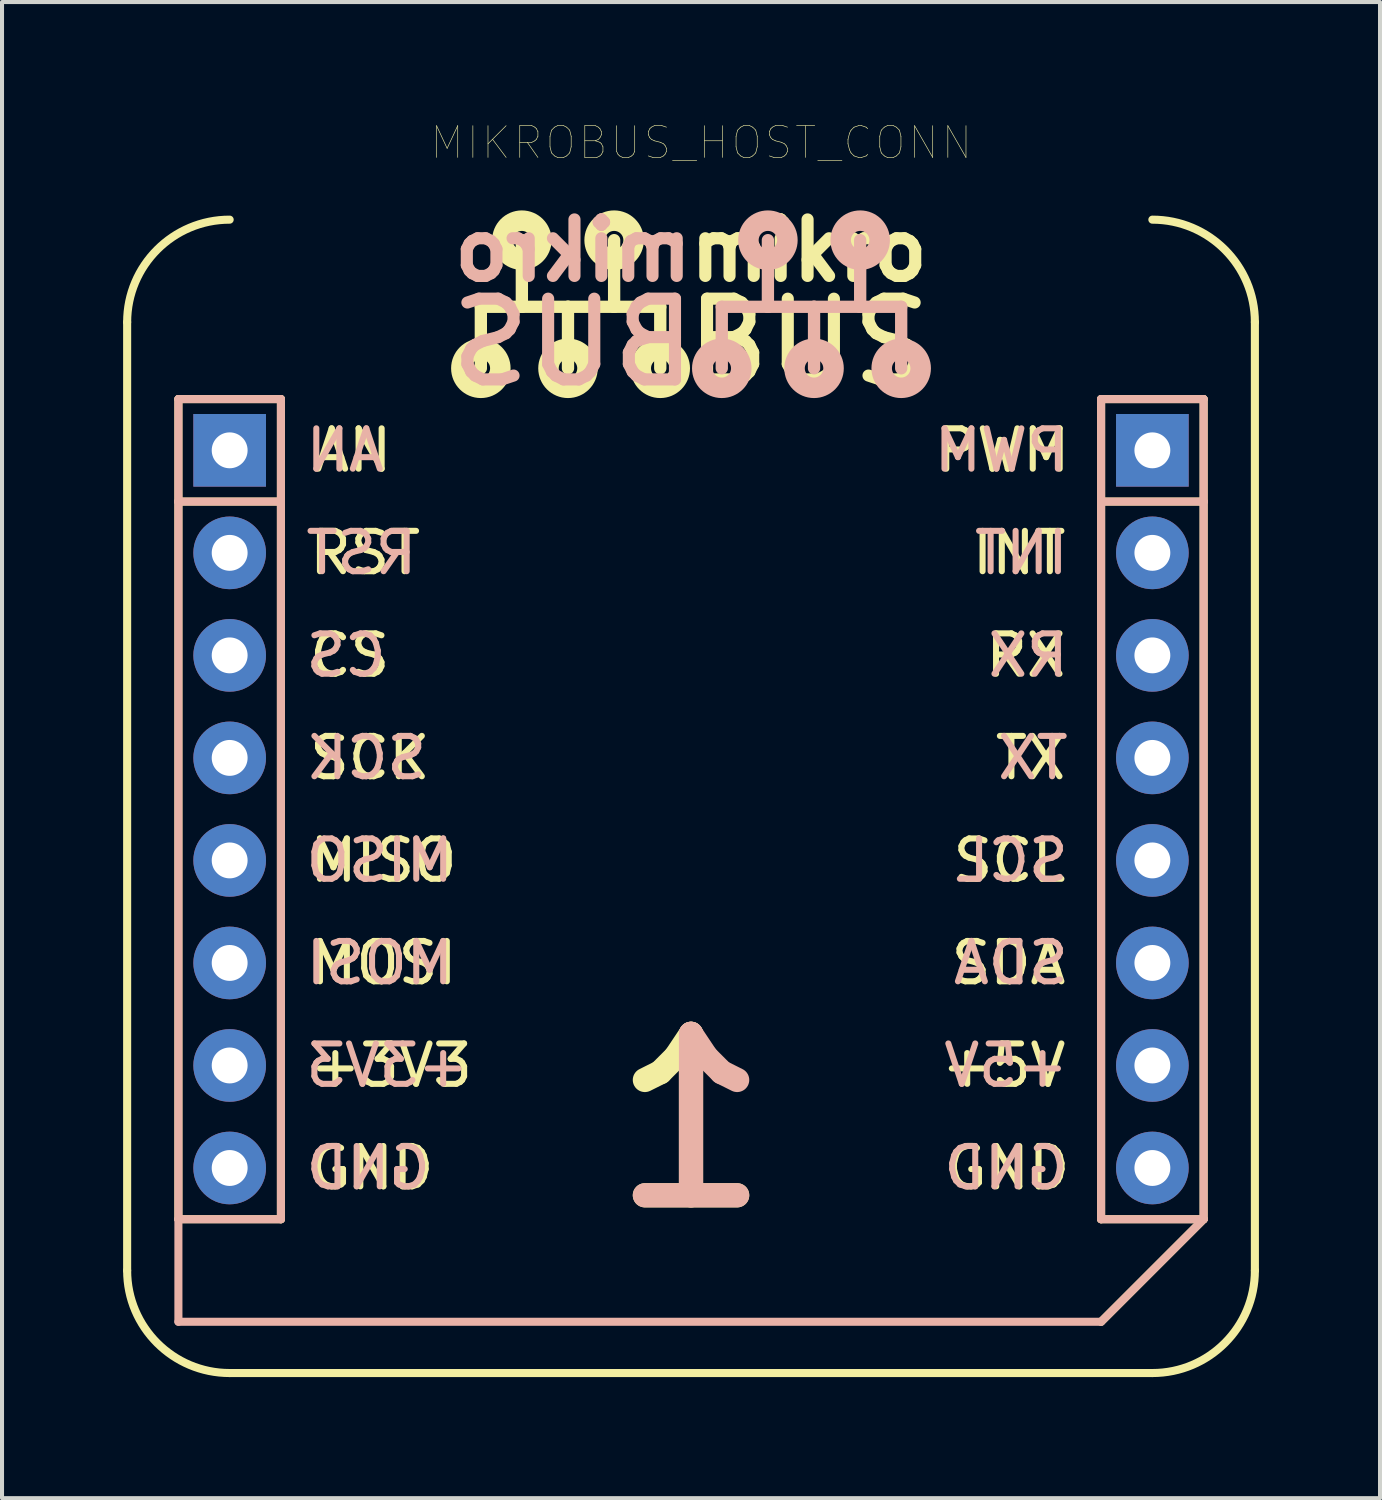
<source format=kicad_pcb>
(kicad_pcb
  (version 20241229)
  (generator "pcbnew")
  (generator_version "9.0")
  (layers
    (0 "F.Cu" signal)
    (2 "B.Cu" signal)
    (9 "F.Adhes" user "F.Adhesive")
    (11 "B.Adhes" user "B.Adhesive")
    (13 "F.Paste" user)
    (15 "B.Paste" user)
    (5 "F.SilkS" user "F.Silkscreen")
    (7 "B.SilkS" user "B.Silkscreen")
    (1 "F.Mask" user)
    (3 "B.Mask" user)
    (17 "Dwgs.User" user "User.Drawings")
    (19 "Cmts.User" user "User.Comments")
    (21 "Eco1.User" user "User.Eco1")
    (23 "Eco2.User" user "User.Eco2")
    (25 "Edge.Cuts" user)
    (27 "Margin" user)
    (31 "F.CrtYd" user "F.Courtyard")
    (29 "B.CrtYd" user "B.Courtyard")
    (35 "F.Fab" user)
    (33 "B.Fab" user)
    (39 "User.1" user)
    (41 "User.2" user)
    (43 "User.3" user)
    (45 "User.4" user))
  (footprint "MIKROBUS_HOST_CONN"
    (layer "F.Cu")
    (at 2.64 8.107)
    (property "Reference" "MIKROBUS_HOST_CONN" (at 11.684 -7.62 0) (layer "F.SilkS") (effects (font (size 0.787 0.787) (thickness 0.015))))
    (attr through_hole)
    (fp_line (start -2.54 -3.175) (end -2.54 20.32) (stroke (width 0.2) (type solid)) (layer "F.SilkS"))
    (fp_line (start -1.27 -1.27) (end -1.27 1.27) (stroke (width 0.2) (type solid)) (layer "F.SilkS"))
    (fp_line (start -1.27 1.27) (end -1.27 19.05) (stroke (width 0.2) (type solid)) (layer "F.SilkS"))
    (fp_line (start -1.27 1.27) (end 1.27 1.27) (stroke (width 0.2) (type solid)) (layer "F.SilkS"))
    (fp_line (start -1.27 19.05) (end 1.27 19.05) (stroke (width 0.2) (type solid)) (layer "F.SilkS"))
    (fp_line (start 0 22.86) (end 22.86 22.86) (stroke (width 0.2) (type solid)) (layer "F.SilkS"))
    (fp_line (start 1.27 -1.27) (end -1.27 -1.27) (stroke (width 0.2) (type solid)) (layer "F.SilkS"))
    (fp_line (start 1.27 1.27) (end 1.27 -1.27) (stroke (width 0.2) (type solid)) (layer "F.SilkS"))
    (fp_line (start 1.27 19.05) (end 1.27 1.27) (stroke (width 0.2) (type solid)) (layer "F.SilkS"))
    (fp_line (start 6.223 -3.556) (end 6.223 -2.032) (stroke (width 0.305) (type solid)) (layer "F.SilkS"))
    (fp_line (start 6.223 -3.556) (end 7.239 -3.556) (stroke (width 0.305) (type solid)) (layer "F.SilkS"))
    (fp_line (start 7.239 -3.556) (end 7.239 -5.207) (stroke (width 0.305) (type solid)) (layer "F.SilkS"))
    (fp_line (start 7.239 -3.556) (end 8.382 -3.556) (stroke (width 0.305) (type solid)) (layer "F.SilkS"))
    (fp_line (start 8.382 -3.556) (end 8.382 -2.032) (stroke (width 0.305) (type solid)) (layer "F.SilkS"))
    (fp_line (start 8.382 -3.556) (end 9.525 -3.556) (stroke (width 0.305) (type solid)) (layer "F.SilkS"))
    (fp_line (start 9.525 -3.556) (end 9.525 -5.207) (stroke (width 0.305) (type solid)) (layer "F.SilkS"))
    (fp_line (start 9.525 -3.556) (end 10.668 -3.556) (stroke (width 0.305) (type solid)) (layer "F.SilkS"))
    (fp_line (start 10.668 -3.556) (end 10.668 -2.032) (stroke (width 0.305) (type solid)) (layer "F.SilkS"))
    (fp_line (start 21.59 -1.27) (end 21.59 1.27) (stroke (width 0.2) (type solid)) (layer "F.SilkS"))
    (fp_line (start 21.59 -1.27) (end 24.13 -1.27) (stroke (width 0.2) (type solid)) (layer "F.SilkS"))
    (fp_line (start 21.59 1.27) (end 21.59 19.05) (stroke (width 0.2) (type solid)) (layer "F.SilkS"))
    (fp_line (start 21.59 1.27) (end 24.13 1.27) (stroke (width 0.2) (type solid)) (layer "F.SilkS"))
    (fp_line (start 21.59 19.05) (end 24.13 19.05) (stroke (width 0.2) (type solid)) (layer "F.SilkS"))
    (fp_line (start 24.13 -1.27) (end 24.13 19.05) (stroke (width 0.2) (type solid)) (layer "F.SilkS"))
    (fp_line (start 24.13 19.05) (end 21.59 21.59) (stroke (width 0.2) (type solid)) (layer "F.SilkS"))
    (fp_line (start 25.4 -3.175) (end 25.4 20.32) (stroke (width 0.2) (type solid)) (layer "F.SilkS"))
    (fp_arc (start -2.54 -3.175) (mid -1.796051 -4.971051) (end 0 -5.715) (stroke (width 0.2) (type solid)) (layer "F.SilkS"))
    (fp_arc (start 0 22.86) (mid -1.796051 22.116051) (end -2.54 20.32) (stroke (width 0.2) (type solid)) (layer "F.SilkS"))
    (fp_arc (start 22.86 -5.715) (mid 24.656051 -4.971051) (end 25.4 -3.175) (stroke (width 0.2) (type solid)) (layer "F.SilkS"))
    (fp_arc (start 25.4 20.32) (mid 24.656051 22.116051) (end 22.86 22.86) (stroke (width 0.127) (type solid)) (layer "F.SilkS"))
    (fp_arc (start 25.4 20.32) (mid 24.656051 22.116051) (end 22.86 22.86) (stroke (width 0.2) (type solid)) (layer "F.SilkS"))
    (fp_circle (center 6.223 -2.032) (end 6.452 -2.032) (stroke (width 0.508) (type solid)) (fill no) (layer "F.SilkS"))
    (fp_circle (center 7.239 -5.207) (end 7.468 -5.207) (stroke (width 0.508) (type solid)) (fill no) (layer "F.SilkS"))
    (fp_circle (center 8.382 -2.032) (end 8.611 -2.032) (stroke (width 0.508) (type solid)) (fill no) (layer "F.SilkS"))
    (fp_circle (center 9.525 -5.207) (end 9.754 -5.207) (stroke (width 0.508) (type solid)) (fill no) (layer "F.SilkS"))
    (fp_circle (center 10.668 -2.032) (end 10.897 -2.032) (stroke (width 0.508) (type solid)) (fill no) (layer "F.SilkS"))
    (fp_line (start -1.27 -1.27) (end 1.27 -1.27) (stroke (width 0.2) (type solid)) (layer "B.SilkS"))
    (fp_line (start -1.27 1.27) (end -1.27 -1.27) (stroke (width 0.2) (type solid)) (layer "B.SilkS"))
    (fp_line (start -1.27 19.05) (end -1.27 1.27) (stroke (width 0.2) (type solid)) (layer "B.SilkS"))
    (fp_line (start -1.27 21.59) (end -1.27 19.05) (stroke (width 0.2) (type solid)) (layer "B.SilkS"))
    (fp_line (start 1.27 -1.27) (end 1.27 1.27) (stroke (width 0.2) (type solid)) (layer "B.SilkS"))
    (fp_line (start 1.27 1.27) (end -1.27 1.27) (stroke (width 0.2) (type solid)) (layer "B.SilkS"))
    (fp_line (start 1.27 1.27) (end 1.27 19.05) (stroke (width 0.2) (type solid)) (layer "B.SilkS"))
    (fp_line (start 1.27 19.05) (end -1.27 19.05) (stroke (width 0.2) (type solid)) (layer "B.SilkS"))
    (fp_line (start 12.192 -3.556) (end 12.192 -2.032) (stroke (width 0.305) (type solid)) (layer "B.SilkS"))
    (fp_line (start 13.335 -3.556) (end 12.192 -3.556) (stroke (width 0.305) (type solid)) (layer "B.SilkS"))
    (fp_line (start 13.335 -3.556) (end 13.335 -5.207) (stroke (width 0.305) (type solid)) (layer "B.SilkS"))
    (fp_line (start 14.478 -3.556) (end 13.335 -3.556) (stroke (width 0.305) (type solid)) (layer "B.SilkS"))
    (fp_line (start 14.478 -3.556) (end 14.478 -2.032) (stroke (width 0.305) (type solid)) (layer "B.SilkS"))
    (fp_line (start 15.621 -3.556) (end 14.478 -3.556) (stroke (width 0.305) (type solid)) (layer "B.SilkS"))
    (fp_line (start 15.621 -3.556) (end 15.621 -5.207) (stroke (width 0.305) (type solid)) (layer "B.SilkS"))
    (fp_line (start 16.637 -3.556) (end 15.621 -3.556) (stroke (width 0.305) (type solid)) (layer "B.SilkS"))
    (fp_line (start 16.637 -3.556) (end 16.637 -2.032) (stroke (width 0.305) (type solid)) (layer "B.SilkS"))
    (fp_line (start 21.59 -1.27) (end 24.13 -1.27) (stroke (width 0.2) (type solid)) (layer "B.SilkS"))
    (fp_line (start 21.59 1.27) (end 21.59 -1.27) (stroke (width 0.2) (type solid)) (layer "B.SilkS"))
    (fp_line (start 21.59 19.05) (end 21.59 1.27) (stroke (width 0.2) (type solid)) (layer "B.SilkS"))
    (fp_line (start 21.59 21.59) (end -1.27 21.59) (stroke (width 0.2) (type solid)) (layer "B.SilkS"))
    (fp_line (start 24.13 -1.27) (end 24.13 1.27) (stroke (width 0.2) (type solid)) (layer "B.SilkS"))
    (fp_line (start 24.13 1.27) (end 21.59 1.27) (stroke (width 0.2) (type solid)) (layer "B.SilkS"))
    (fp_line (start 24.13 1.27) (end 24.13 19.05) (stroke (width 0.2) (type solid)) (layer "B.SilkS"))
    (fp_line (start 24.13 19.05) (end 21.59 19.05) (stroke (width 0.2) (type solid)) (layer "B.SilkS"))
    (fp_line (start 24.13 19.05) (end 21.59 21.59) (stroke (width 0.2) (type solid)) (layer "B.SilkS"))
    (fp_circle (center 12.192 -2.032) (end 11.963 -2.032) (stroke (width 0.508) (type solid)) (fill no) (layer "B.SilkS"))
    (fp_circle (center 13.335 -5.207) (end 13.106 -5.207) (stroke (width 0.508) (type solid)) (fill no) (layer "B.SilkS"))
    (fp_circle (center 14.478 -2.032) (end 14.249 -2.032) (stroke (width 0.508) (type solid)) (fill no) (layer "B.SilkS"))
    (fp_circle (center 15.621 -5.207) (end 15.392 -5.207) (stroke (width 0.508) (type solid)) (fill no) (layer "B.SilkS"))
    (fp_circle (center 16.637 -2.032) (end 16.408 -2.032) (stroke (width 0.508) (type solid)) (fill no) (layer "B.SilkS"))
    (fp_text user "mikro" (at 14.351 -4.953 0) (layer "F.SilkS") (effects (font (size 1.4 1.4) (thickness 0.3))))
    (fp_text user "RX" (at 20.8 5.08 0) (layer "F.SilkS") (effects (font (size 1 1) (thickness 0.15)) (justify right)))
    (fp_text user "+3V3" (at 1.9 15.24 0) (layer "F.SilkS") (effects (font (size 1 1) (thickness 0.15)) (justify left)))
    (fp_text user "SCK" (at 1.9 7.62 0) (layer "F.SilkS") (effects (font (size 1 1) (thickness 0.15)) (justify left)))
    (fp_text user "GND" (at 20.9 17.78 0) (layer "F.SilkS") (effects (font (size 1 1) (thickness 0.15)) (justify right)))
    (fp_text user "AN" (at 2 0 0) (layer "F.SilkS") (effects (font (size 1 1) (thickness 0.15)) (justify left)))
    (fp_text user "1" (at 11.43 16.637 0) (layer "F.SilkS") (effects (font (size 4 4) (thickness 0.6))))
    (fp_text user "MISO" (at 1.9 10.16 0) (layer "F.SilkS") (effects (font (size 1 1) (thickness 0.15)) (justify left)))
    (fp_text user "PWM" (at 20.9 0 0) (layer "F.SilkS") (effects (font (size 1 1) (thickness 0.15)) (justify right)))
    (fp_text user "SDA" (at 20.8 12.7 0) (layer "F.SilkS") (effects (font (size 1 1) (thickness 0.15)) (justify right)))
    (fp_text user "TX" (at 20.8 7.62 0) (layer "F.SilkS") (effects (font (size 1 1) (thickness 0.15)) (justify right)))
    (fp_text user "BUS" (at 14.351 -2.667 0) (layer "F.SilkS") (effects (font (size 2 2) (thickness 0.3))))
    (fp_text user "CS" (at 1.9 5.08 0) (layer "F.SilkS") (effects (font (size 1 1) (thickness 0.15)) (justify left)))
    (fp_text user "SCL" (at 20.8 10.16 0) (layer "F.SilkS") (effects (font (size 1 1) (thickness 0.15)) (justify right)))
    (fp_text user "RST" (at 1.9 2.54 0) (layer "F.SilkS") (effects (font (size 1 1) (thickness 0.15)) (justify left)))
    (fp_text user "INT" (at 20.8 2.54 0) (layer "F.SilkS") (effects (font (size 1 1) (thickness 0.15)) (justify right)))
    (fp_text user "+5V" (at 20.8 15.24 0) (layer "F.SilkS") (effects (font (size 1 1) (thickness 0.15)) (justify right)))
    (fp_text user "GND" (at 1.9 17.78 0) (layer "F.SilkS") (effects (font (size 1 1) (thickness 0.15)) (justify left)))
    (fp_text user "MOSI" (at 1.9 12.7 0) (layer "F.SilkS") (effects (font (size 1 1) (thickness 0.15)) (justify left)))
    (fp_text user "CS" (at 1.81 5.08 180) (layer "B.SilkS") (effects (font (size 1 1) (thickness 0.15)) (justify right mirror)))
    (fp_text user "GND" (at 1.81 17.78 180) (layer "B.SilkS") (effects (font (size 1 1) (thickness 0.15)) (justify right mirror)))
    (fp_text user "MOSI" (at 1.81 12.7 180) (layer "B.SilkS") (effects (font (size 1 1) (thickness 0.15)) (justify right mirror)))
    (fp_text user "RX" (at 20.856 5.08 180) (layer "B.SilkS") (effects (font (size 1 1) (thickness 0.15)) (justify left mirror)))
    (fp_text user "1" (at 11.43 16.637 0) (layer "B.SilkS") (effects (font (size 4 4) (thickness 0.6)) (justify mirror)))
    (fp_text user "MISO" (at 1.81 10.16 180) (layer "B.SilkS") (effects (font (size 1 1) (thickness 0.15)) (justify right mirror)))
    (fp_text user "BUS" (at 8.509 -2.667 180) (layer "B.SilkS") (effects (font (size 2 2) (thickness 0.3)) (justify mirror)))
    (fp_text user "PWM" (at 20.856 0 180) (layer "B.SilkS") (effects (font (size 1 1) (thickness 0.15)) (justify left mirror)))
    (fp_text user "GND" (at 20.856 17.78 180) (layer "B.SilkS") (effects (font (size 1 1) (thickness 0.15)) (justify left mirror)))
    (fp_text user "SCK" (at 1.81 7.62 180) (layer "B.SilkS") (effects (font (size 1 1) (thickness 0.15)) (justify right mirror)))
    (fp_text user "SCL" (at 20.856 10.16 180) (layer "B.SilkS") (effects (font (size 1 1) (thickness 0.15)) (justify left mirror)))
    (fp_text user "AN" (at 1.81 0 180) (layer "B.SilkS") (effects (font (size 1 1) (thickness 0.15)) (justify right mirror)))
    (fp_text user "TX" (at 20.856 7.62 180) (layer "B.SilkS") (effects (font (size 1 1) (thickness 0.15)) (justify left mirror)))
    (fp_text user "INT" (at 20.856 2.54 180) (layer "B.SilkS") (effects (font (size 1 1) (thickness 0.15)) (justify left mirror)))
    (fp_text user "+5V" (at 20.856 15.24 180) (layer "B.SilkS") (effects (font (size 1 1) (thickness 0.15)) (justify left mirror)))
    (fp_text user "mikro" (at 8.509 -4.953 180) (layer "B.SilkS") (effects (font (size 1.4 1.4) (thickness 0.3)) (justify mirror)))
    (fp_text user "RST" (at 1.81 2.54 180) (layer "B.SilkS") (effects (font (size 1 1) (thickness 0.15)) (justify right mirror)))
    (fp_text user "+3V3" (at 1.81 15.24 180) (layer "B.SilkS") (effects (font (size 1 1) (thickness 0.15)) (justify right mirror)))
    (fp_text user "SDA" (at 20.856 12.7 180) (layer "B.SilkS") (effects (font (size 1 1) (thickness 0.15)) (justify left mirror)))
    (pad "1" thru_hole rect (at 0 0) (size 1.8 1.8) (drill 0.889) (layers "*.Cu" "*.Mask"))
    (pad "2" thru_hole circle (at 0 2.54) (size 1.8 1.8) (drill 0.889) (layers "*.Cu" "*.Mask"))
    (pad "3" thru_hole circle (at 0 5.08) (size 1.8 1.8) (drill 0.889) (layers "*.Cu" "*.Mask"))
    (pad "4" thru_hole circle (at 0 7.62) (size 1.8 1.8) (drill 0.889) (layers "*.Cu" "*.Mask"))
    (pad "5" thru_hole circle (at 0 10.16) (size 1.8 1.8) (drill 0.889) (layers "*.Cu" "*.Mask"))
    (pad "6" thru_hole circle (at 0 12.7) (size 1.8 1.8) (drill 0.889) (layers "*.Cu" "*.Mask"))
    (pad "7" thru_hole circle (at 0 15.24) (size 1.8 1.8) (drill 0.889) (layers "*.Cu" "*.Mask"))
    (pad "8" thru_hole circle (at 0 17.78) (size 1.8 1.8) (drill 0.889) (layers "*.Cu" "*.Mask"))
    (pad "9" thru_hole circle (at 22.86 17.78) (size 1.8 1.8) (drill 0.889) (layers "*.Cu" "*.Mask"))
    (pad "10" thru_hole circle (at 22.86 15.24) (size 1.8 1.8) (drill 0.889) (layers "*.Cu" "*.Mask"))
    (pad "11" thru_hole circle (at 22.86 12.7) (size 1.8 1.8) (drill 0.889) (layers "*.Cu" "*.Mask"))
    (pad "12" thru_hole circle (at 22.86 10.16) (size 1.8 1.8) (drill 0.889) (layers "*.Cu" "*.Mask"))
    (pad "13" thru_hole circle (at 22.86 7.62) (size 1.8 1.8) (drill 0.889) (layers "*.Cu" "*.Mask"))
    (pad "14" thru_hole circle (at 22.86 5.08) (size 1.8 1.8) (drill 0.889) (layers "*.Cu" "*.Mask"))
    (pad "15" thru_hole circle (at 22.86 2.54) (size 1.8 1.8) (drill 0.889) (layers "*.Cu" "*.Mask"))
    (pad "16" thru_hole rect (at 22.86 0) (size 1.8 1.8) (drill 0.889) (layers "*.Cu" "*.Mask")))
  (gr_rect
    (start -3 -3)
    (end 31.14 34.067)
    (stroke (width 0.1) (type default))
    (fill no)
    (layer "Edge.Cuts")))
</source>
